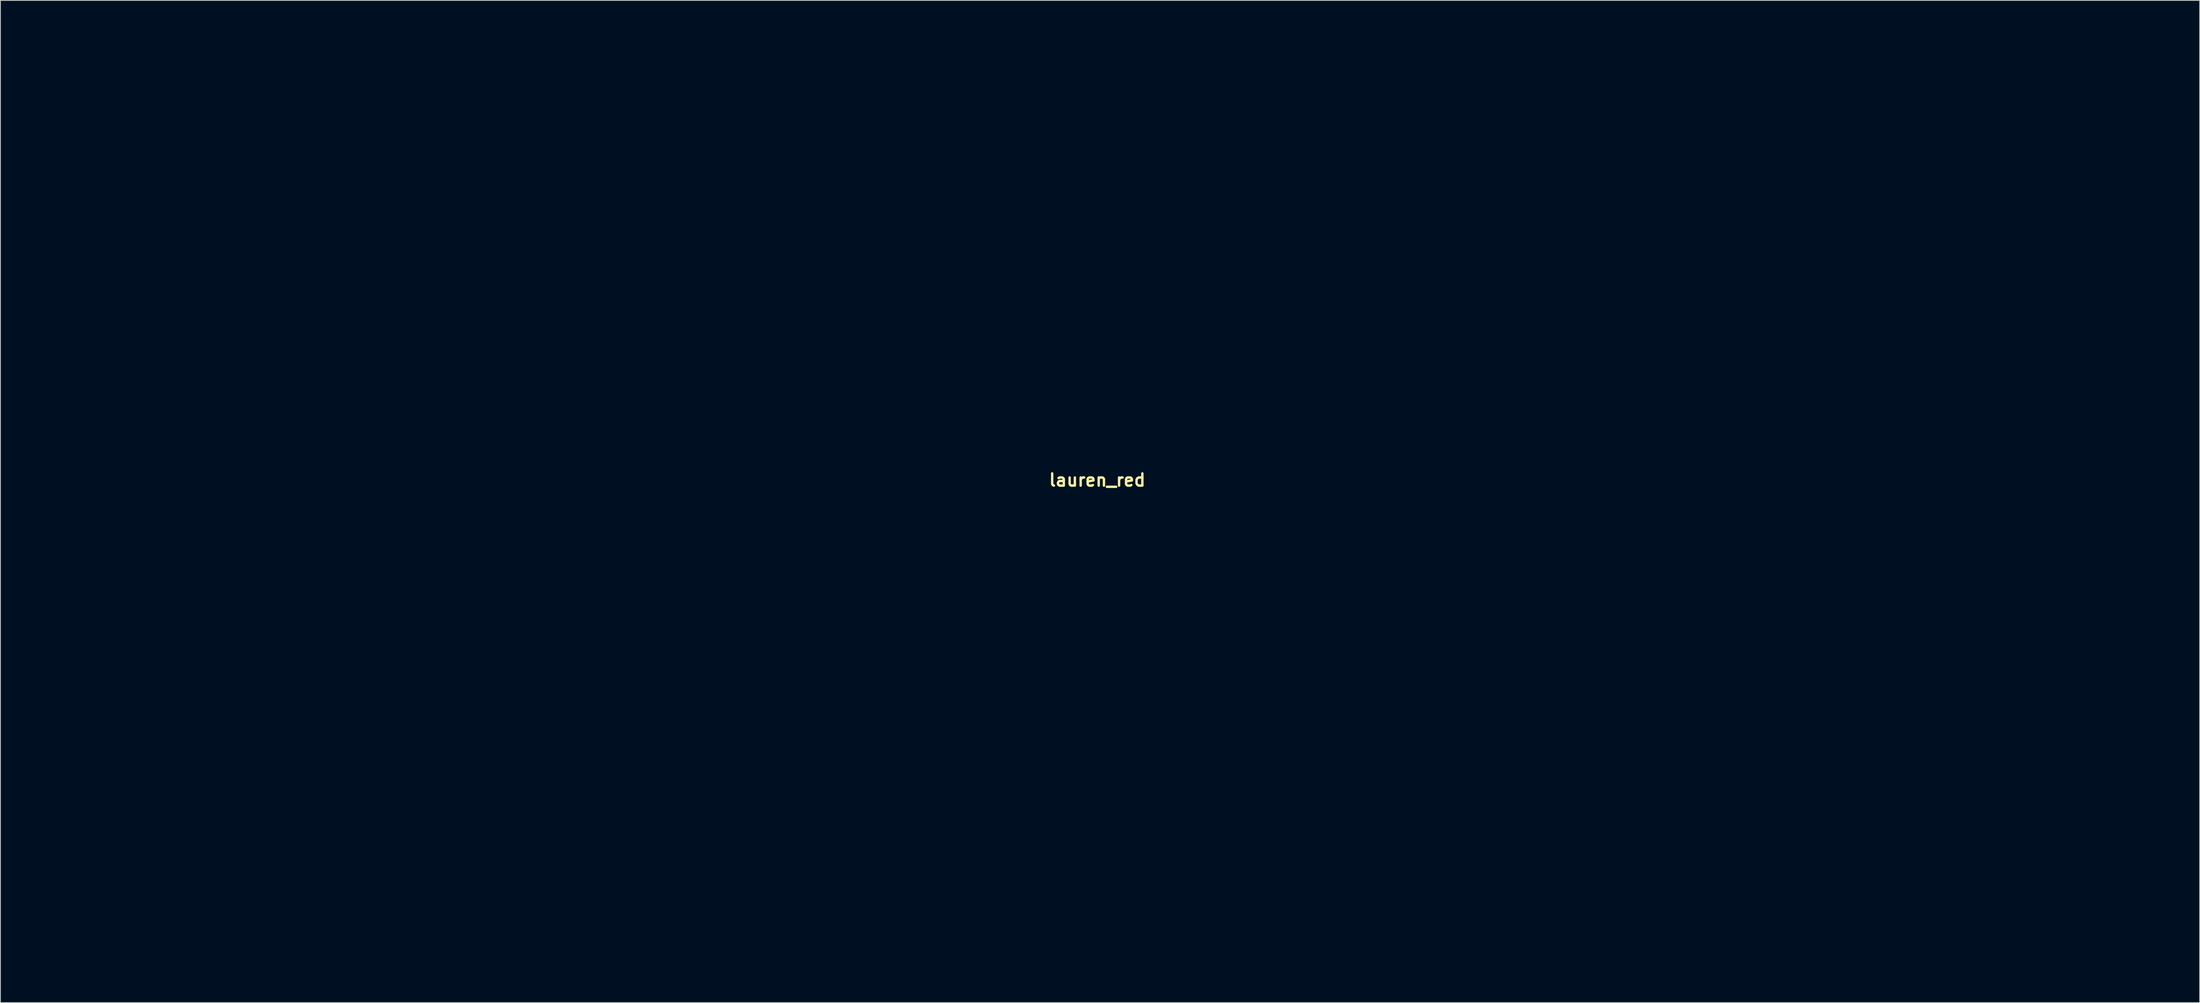
<source format=kicad_pcb>
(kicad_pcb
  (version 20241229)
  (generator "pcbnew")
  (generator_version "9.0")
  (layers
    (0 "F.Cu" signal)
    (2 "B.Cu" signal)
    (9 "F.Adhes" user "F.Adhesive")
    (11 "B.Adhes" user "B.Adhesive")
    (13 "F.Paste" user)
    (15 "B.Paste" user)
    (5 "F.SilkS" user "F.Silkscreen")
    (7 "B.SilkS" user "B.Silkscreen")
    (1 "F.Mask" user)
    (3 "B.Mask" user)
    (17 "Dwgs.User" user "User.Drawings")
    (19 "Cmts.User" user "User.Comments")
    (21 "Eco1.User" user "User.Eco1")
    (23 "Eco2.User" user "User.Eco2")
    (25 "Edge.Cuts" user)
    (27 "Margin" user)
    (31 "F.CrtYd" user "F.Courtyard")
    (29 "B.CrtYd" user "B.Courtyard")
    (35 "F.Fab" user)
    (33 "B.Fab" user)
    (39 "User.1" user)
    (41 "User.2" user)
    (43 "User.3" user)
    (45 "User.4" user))
  (footprint "lauren_red"
    (layer "F.Cu")
    (at 133.819 56.882)
    (property "Reference" "lauren_red" (at 0 0 0) (layer "F.SilkS") (effects (font (size 1.524 1.524) (thickness 0.3))))
    (attr through_hole)
    (fp_poly (pts (xy 134.513 37.206) (xy -46.906 37.206) (xy -46.796 35.685) (xy -46.686 34.165) (xy 43.913 34.075) (xy 134.513 33.985)) (stroke (width 0) (type solid)) (fill yes) (layer "F.Mask"))
    (fp_poly (pts (xy -74.411 -54.138) (xy -74.373 -52.606) (xy -74.213 -51.491) (xy -73.859 -50.496) (xy -73.293 -49.414) (xy -72.576 -48.023) (xy -71.928 -46.555) (xy -71.41 -45.176) (xy -71.082 -44.051) (xy -71.005 -43.347) (xy -71.039 -43.245) (xy -71.43 -43.17) (xy -72.453 -43.101) (xy -74.021 -43.041) (xy -76.052 -42.992) (xy -78.459 -42.955) (xy -81.159 -42.934) (xy -83.197 -42.93) (xy -95.161 -42.93) (xy -95.161 -56.882) (xy -74.411 -56.882)) (stroke (width 0) (type solid)) (fill yes) (layer "F.Mask"))
    (fp_poly (pts (xy -93.42 -31.478) (xy -89.185 -31.469) (xy -85.214 -31.454) (xy -81.559 -31.433) (xy -78.277 -31.408) (xy -75.42 -31.378) (xy -73.043 -31.345) (xy -71.201 -31.309) (xy -69.947 -31.27) (xy -69.335 -31.228) (xy -69.282 -31.213) (xy -69.219 -30.788) (xy -69.139 -29.762) (xy -69.048 -28.25) (xy -68.955 -26.368) (xy -68.865 -24.231) (xy -68.858 -24.058) (xy -68.596 -17.172) (xy -126.642 -17.172) (xy -126.642 -19.351) (xy -126.562 -20.84) (xy -126.284 -21.86) (xy -125.927 -22.44) (xy -125.352 -23.695) (xy -125.253 -25.218) (xy -125.64 -26.734) (xy -125.75 -26.961) (xy -126.076 -27.953) (xy -126.265 -29.235) (xy -126.285 -29.734) (xy -126.285 -31.482) (xy -97.865 -31.482)) (stroke (width 0) (type solid)) (fill yes) (layer "F.Mask"))
    (fp_poly (pts (xy -68.33 -1.129) (xy -68.305 0.506) (xy -68.241 2.522) (xy -68.147 4.589) (xy -68.096 5.489) (xy -67.863 9.301) (xy -97.432 9.301) (xy -103.044 9.297) (xy -108.121 9.285) (xy -112.641 9.265) (xy -116.583 9.237) (xy -119.927 9.202) (xy -122.65 9.16) (xy -124.733 9.111) (xy -126.154 9.056) (xy -126.893 8.994) (xy -127 8.957) (xy -127.234 8.573) (xy -127.867 7.8) (xy -128.797 6.759) (xy -129.673 5.827) (xy -130.772 4.621) (xy -131.654 3.54) (xy -132.213 2.719) (xy -132.356 2.354) (xy -132.596 1.548) (xy -132.948 1.023) (xy -133.341 0.217) (xy -133.61 -1.102) (xy -133.674 -1.777) (xy -133.819 -3.935) (xy -68.33 -3.935)) (stroke (width 0) (type solid)) (fill yes) (layer "F.Mask"))
    (fp_poly (pts (xy -89.315 22.241) (xy -84.408 22.272) (xy -80.187 22.308) (xy -76.619 22.351) (xy -73.675 22.401) (xy -71.324 22.458) (xy -69.535 22.523) (xy -68.277 22.598) (xy -67.52 22.682) (xy -67.241 22.768) (xy -67.077 23.38) (xy -67.368 24.212) (xy -68.016 25.033) (xy -68.341 25.299) (xy -68.796 25.897) (xy -69.226 26.895) (xy -69.366 27.371) (xy -69.716 28.385) (xy -70.128 29.072) (xy -70.306 29.209) (xy -70.776 29.699) (xy -70.834 29.98) (xy -71.026 30.567) (xy -71.5 31.466) (xy -72.105 32.43) (xy -72.687 33.216) (xy -73.065 33.567) (xy -73.513 33.86) (xy -74.135 34.338) (xy -74.675 34.839) (xy -74.683 35.226) (xy -74.307 35.692) (xy -73.94 36.153) (xy -74.029 36.395) (xy -74.682 36.558) (xy -75.026 36.616) (xy -75.642 36.66) (xy -76.9 36.701) (xy -78.726 36.739) (xy -81.047 36.772) (xy -83.789 36.8) (xy -86.878 36.821) (xy -90.241 36.836) (xy -93.804 36.843) (xy -94.727 36.844) (xy -113.076 36.848) (xy -113.013 30.429) (xy -112.951 24.01) (xy -111.966 23.066) (xy -110.98 22.122)) (stroke (width 0) (type solid)) (fill yes) (layer "F.Mask"))
    (fp_poly (pts (xy -84.887 49.737) (xy -82.208 49.765) (xy -79.919 49.809) (xy -78.093 49.868) (xy -76.803 49.938) (xy -76.124 50.019) (xy -76.039 50.056) (xy -76.078 50.559) (xy -76.592 51.079) (xy -77.366 51.443) (xy -77.871 51.515) (xy -78.84 51.667) (xy -79.902 52.031) (xy -79.902 52.031) (xy -80.955 52.429) (xy -81.896 52.657) (xy -82.765 53.062) (xy -83.174 53.937) (xy -83.107 55.187) (xy -82.629 56.545) (xy -82.173 57.578) (xy -82.018 58.223) (xy -82.143 58.733) (xy -82.416 59.189) (xy -83.006 59.86) (xy -83.697 60.054) (xy -84.667 59.783) (xy -85.431 59.417) (xy -87.675 58.291) (xy -89.396 57.515) (xy -90.678 57.064) (xy -91.604 56.911) (xy -92.258 57.027) (xy -92.478 57.155) (xy -92.876 57.588) (xy -93.49 58.397) (xy -93.866 58.936) (xy -94.463 59.905) (xy -94.648 60.518) (xy -94.476 60.959) (xy -94.461 60.977) (xy -94.201 61.586) (xy -94.257 61.874) (xy -94.808 62.23) (xy -95.475 62.038) (xy -95.847 61.622) (xy -96.136 61.3) (xy -96.223 61.443) (xy -96.473 61.846) (xy -97.104 61.776) (xy -97.985 61.258) (xy -98.271 61.027) (xy -98.661 60.673) (xy -98.937 60.311) (xy -99.122 59.813) (xy -99.24 59.054) (xy -99.313 57.909) (xy -99.366 56.25) (xy -99.398 54.945) (xy -99.521 49.727) (xy -87.881 49.727)) (stroke (width 0) (type solid)) (fill yes) (layer "F.Mask")))
  (gr_rect
    (start -3 -3)
    (end 271.331 122.112)
    (stroke (width 0.1) (type default))
    (fill no)
    (layer "Edge.Cuts")))
</source>
